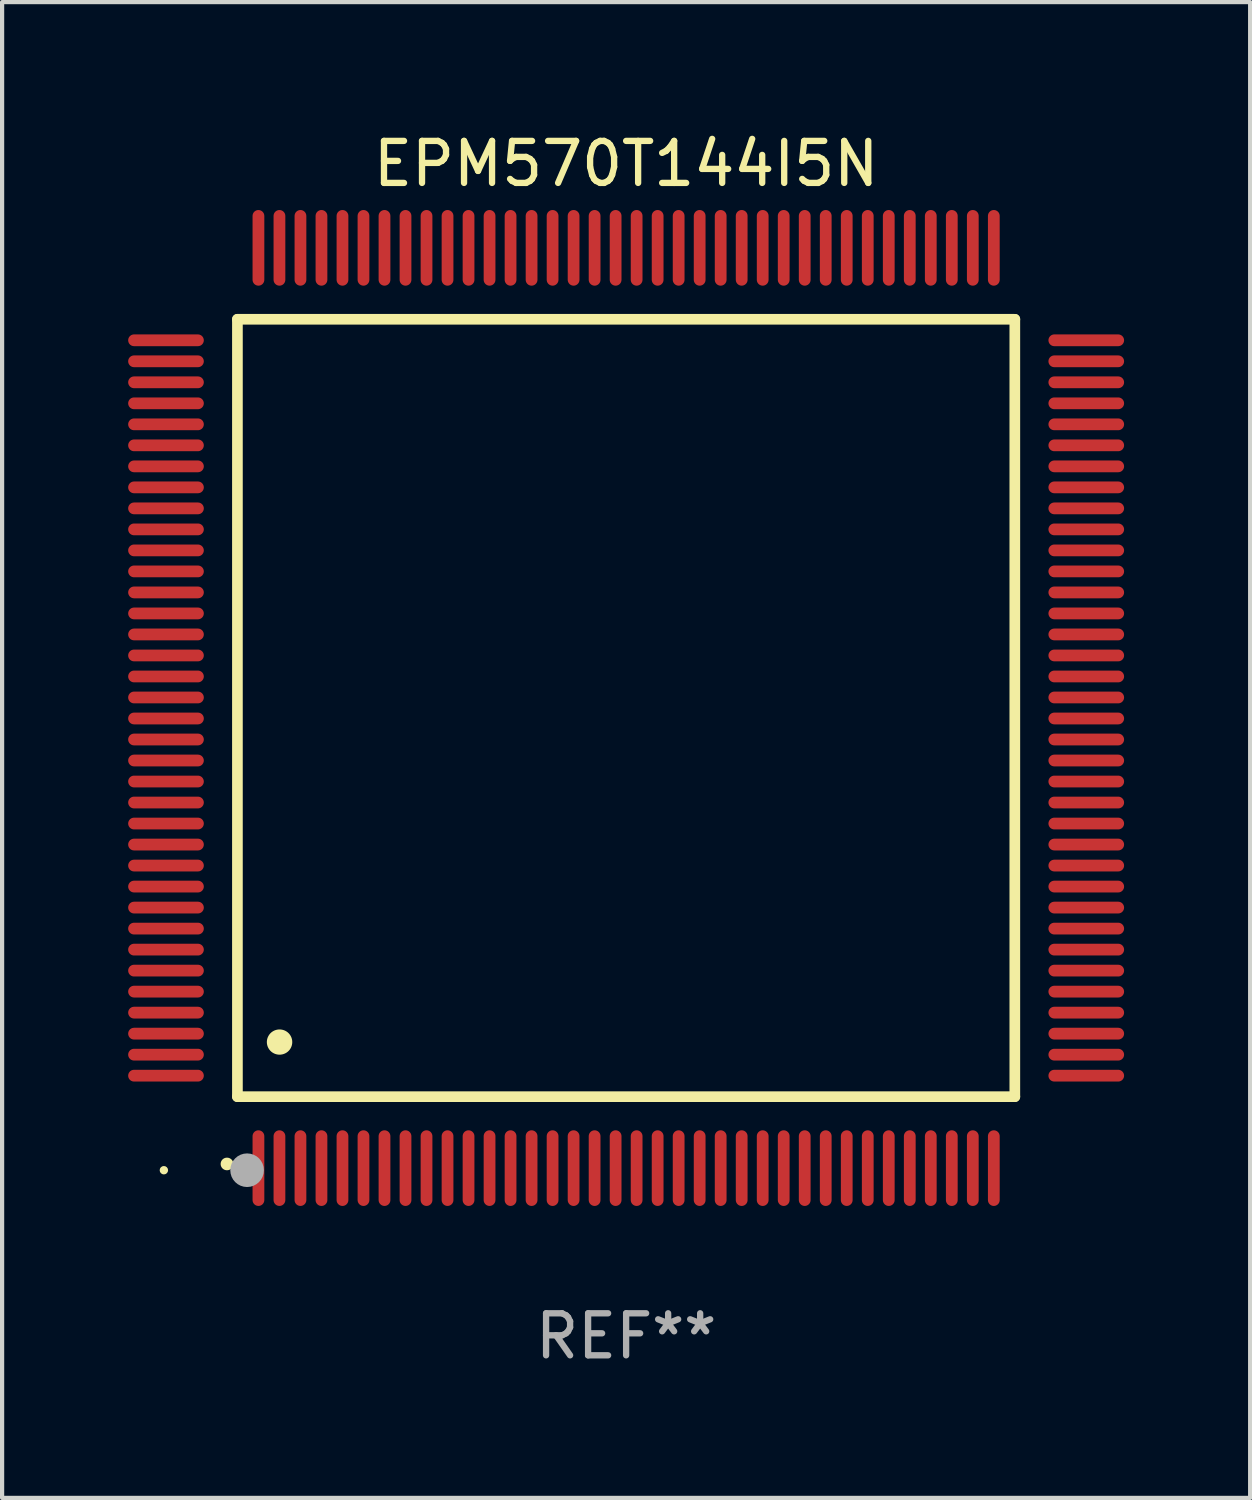
<source format=kicad_pcb>
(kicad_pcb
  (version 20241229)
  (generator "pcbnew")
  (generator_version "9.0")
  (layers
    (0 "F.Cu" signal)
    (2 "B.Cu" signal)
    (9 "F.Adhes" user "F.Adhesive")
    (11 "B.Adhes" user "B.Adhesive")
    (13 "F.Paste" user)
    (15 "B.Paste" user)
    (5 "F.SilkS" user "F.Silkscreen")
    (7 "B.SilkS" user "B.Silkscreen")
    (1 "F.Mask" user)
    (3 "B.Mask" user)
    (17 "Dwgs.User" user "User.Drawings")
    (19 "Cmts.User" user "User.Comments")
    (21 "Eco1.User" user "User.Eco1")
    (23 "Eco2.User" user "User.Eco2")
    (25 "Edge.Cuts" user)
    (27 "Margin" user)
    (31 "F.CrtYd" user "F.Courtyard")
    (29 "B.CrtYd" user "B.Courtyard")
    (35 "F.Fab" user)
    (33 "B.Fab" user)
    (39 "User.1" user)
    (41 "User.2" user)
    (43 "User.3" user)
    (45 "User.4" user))
  (footprint "EPM570T144I5N"
    (layer "F.Cu")
    (at 11.85 13.798)
    (property "Reference" "EPM570T144I5N" (at 0 -12.95 0) (layer "F.SilkS") (effects (font (size 1 1) (thickness 0.15))))
    (attr through_hole)
    (fp_line (start -9.25 -9.25) (end -9.25 9.25) (stroke (width 0.254) (type solid)) (layer "F.SilkS"))
    (fp_line (start -9.25 9.25) (end 9.25 9.25) (stroke (width 0.254) (type solid)) (layer "F.SilkS"))
    (fp_line (start 9.25 -9.25) (end -9.25 -9.25) (stroke (width 0.254) (type solid)) (layer "F.SilkS"))
    (fp_line (start 9.25 9.25) (end 9.25 -9.25) (stroke (width 0.254) (type solid)) (layer "F.SilkS"))
    (fp_arc (start -9.499619 10.850902) (mid -9.498349 10.850897) (end -9.497079 10.850902) (stroke (width 0.3) (type solid)) (layer "F.SilkS"))
    (fp_arc (start -8.249936 7.950216) (mid -8.247396 7.950205) (end -8.244856 7.950216) (stroke (width 0.6) (type solid)) (layer "F.SilkS"))
    (fp_circle (center -11 11) (end -10.95 11) (stroke (width 0.1) (type solid)) (fill no) (layer "F.SilkS"))
    (fp_circle (center -9.02 11) (end -8.82 11) (stroke (width 0.4) (type solid)) (fill no) (layer "F.Fab"))
    (fp_text user "REF**" (at 0 14.95 0) (layer "F.Fab") (effects (font (size 1 1) (thickness 0.15))))
    (pad "1" smd oval (at -8.75 10.95) (size 0.28 1.8) (layers "F.Cu" "F.Mask" "F.Paste"))
    (pad "2" smd oval (at -8.25 10.95) (size 0.28 1.8) (layers "F.Cu" "F.Mask" "F.Paste"))
    (pad "3" smd oval (at -7.75 10.95) (size 0.28 1.8) (layers "F.Cu" "F.Mask" "F.Paste"))
    (pad "4" smd oval (at -7.25 10.95) (size 0.28 1.8) (layers "F.Cu" "F.Mask" "F.Paste"))
    (pad "5" smd oval (at -6.75 10.95) (size 0.28 1.8) (layers "F.Cu" "F.Mask" "F.Paste"))
    (pad "6" smd oval (at -6.25 10.95) (size 0.28 1.8) (layers "F.Cu" "F.Mask" "F.Paste"))
    (pad "7" smd oval (at -5.75 10.95) (size 0.28 1.8) (layers "F.Cu" "F.Mask" "F.Paste"))
    (pad "8" smd oval (at -5.25 10.95) (size 0.28 1.8) (layers "F.Cu" "F.Mask" "F.Paste"))
    (pad "9" smd oval (at -4.75 10.95) (size 0.28 1.8) (layers "F.Cu" "F.Mask" "F.Paste"))
    (pad "10" smd oval (at -4.25 10.95) (size 0.28 1.8) (layers "F.Cu" "F.Mask" "F.Paste"))
    (pad "11" smd oval (at -3.75 10.95) (size 0.28 1.8) (layers "F.Cu" "F.Mask" "F.Paste"))
    (pad "12" smd oval (at -3.25 10.95) (size 0.28 1.8) (layers "F.Cu" "F.Mask" "F.Paste"))
    (pad "13" smd oval (at -2.75 10.95) (size 0.28 1.8) (layers "F.Cu" "F.Mask" "F.Paste"))
    (pad "14" smd oval (at -2.25 10.95) (size 0.28 1.8) (layers "F.Cu" "F.Mask" "F.Paste"))
    (pad "15" smd oval (at -1.75 10.95) (size 0.28 1.8) (layers "F.Cu" "F.Mask" "F.Paste"))
    (pad "16" smd oval (at -1.25 10.95) (size 0.28 1.8) (layers "F.Cu" "F.Mask" "F.Paste"))
    (pad "17" smd oval (at -0.75 10.95) (size 0.28 1.8) (layers "F.Cu" "F.Mask" "F.Paste"))
    (pad "18" smd oval (at -0.25 10.95) (size 0.28 1.8) (layers "F.Cu" "F.Mask" "F.Paste"))
    (pad "19" smd oval (at 0.25 10.95) (size 0.28 1.8) (layers "F.Cu" "F.Mask" "F.Paste"))
    (pad "20" smd oval (at 0.75 10.95) (size 0.28 1.8) (layers "F.Cu" "F.Mask" "F.Paste"))
    (pad "21" smd oval (at 1.25 10.95) (size 0.28 1.8) (layers "F.Cu" "F.Mask" "F.Paste"))
    (pad "22" smd oval (at 1.75 10.95) (size 0.28 1.8) (layers "F.Cu" "F.Mask" "F.Paste"))
    (pad "23" smd oval (at 2.25 10.95) (size 0.28 1.8) (layers "F.Cu" "F.Mask" "F.Paste"))
    (pad "24" smd oval (at 2.75 10.95) (size 0.28 1.8) (layers "F.Cu" "F.Mask" "F.Paste"))
    (pad "25" smd oval (at 3.25 10.95) (size 0.28 1.8) (layers "F.Cu" "F.Mask" "F.Paste"))
    (pad "26" smd oval (at 3.75 10.95) (size 0.28 1.8) (layers "F.Cu" "F.Mask" "F.Paste"))
    (pad "27" smd oval (at 4.25 10.95) (size 0.28 1.8) (layers "F.Cu" "F.Mask" "F.Paste"))
    (pad "28" smd oval (at 4.75 10.95) (size 0.28 1.8) (layers "F.Cu" "F.Mask" "F.Paste"))
    (pad "29" smd oval (at 5.25 10.95) (size 0.28 1.8) (layers "F.Cu" "F.Mask" "F.Paste"))
    (pad "30" smd oval (at 5.75 10.95) (size 0.28 1.8) (layers "F.Cu" "F.Mask" "F.Paste"))
    (pad "31" smd oval (at 6.25 10.95) (size 0.28 1.8) (layers "F.Cu" "F.Mask" "F.Paste"))
    (pad "32" smd oval (at 6.75 10.95) (size 0.28 1.8) (layers "F.Cu" "F.Mask" "F.Paste"))
    (pad "33" smd oval (at 7.25 10.95) (size 0.28 1.8) (layers "F.Cu" "F.Mask" "F.Paste"))
    (pad "34" smd oval (at 7.75 10.95) (size 0.28 1.8) (layers "F.Cu" "F.Mask" "F.Paste"))
    (pad "35" smd oval (at 8.25 10.95) (size 0.28 1.8) (layers "F.Cu" "F.Mask" "F.Paste"))
    (pad "36" smd oval (at 8.75 10.95) (size 0.28 1.8) (layers "F.Cu" "F.Mask" "F.Paste"))
    (pad "37" smd oval (at 10.95 8.75) (size 1.8 0.28) (layers "F.Cu" "F.Mask" "F.Paste"))
    (pad "38" smd oval (at 10.95 8.25) (size 1.8 0.28) (layers "F.Cu" "F.Mask" "F.Paste"))
    (pad "39" smd oval (at 10.95 7.75) (size 1.8 0.28) (layers "F.Cu" "F.Mask" "F.Paste"))
    (pad "40" smd oval (at 10.95 7.25) (size 1.8 0.28) (layers "F.Cu" "F.Mask" "F.Paste"))
    (pad "41" smd oval (at 10.95 6.75) (size 1.8 0.28) (layers "F.Cu" "F.Mask" "F.Paste"))
    (pad "42" smd oval (at 10.95 6.25) (size 1.8 0.28) (layers "F.Cu" "F.Mask" "F.Paste"))
    (pad "43" smd oval (at 10.95 5.75) (size 1.8 0.28) (layers "F.Cu" "F.Mask" "F.Paste"))
    (pad "44" smd oval (at 10.95 5.25) (size 1.8 0.28) (layers "F.Cu" "F.Mask" "F.Paste"))
    (pad "45" smd oval (at 10.95 4.75) (size 1.8 0.28) (layers "F.Cu" "F.Mask" "F.Paste"))
    (pad "46" smd oval (at 10.95 4.25) (size 1.8 0.28) (layers "F.Cu" "F.Mask" "F.Paste"))
    (pad "47" smd oval (at 10.95 3.75) (size 1.8 0.28) (layers "F.Cu" "F.Mask" "F.Paste"))
    (pad "48" smd oval (at 10.95 3.25) (size 1.8 0.28) (layers "F.Cu" "F.Mask" "F.Paste"))
    (pad "49" smd oval (at 10.95 2.75) (size 1.8 0.28) (layers "F.Cu" "F.Mask" "F.Paste"))
    (pad "50" smd oval (at 10.95 2.25) (size 1.8 0.28) (layers "F.Cu" "F.Mask" "F.Paste"))
    (pad "51" smd oval (at 10.95 1.75) (size 1.8 0.28) (layers "F.Cu" "F.Mask" "F.Paste"))
    (pad "52" smd oval (at 10.95 1.25) (size 1.8 0.28) (layers "F.Cu" "F.Mask" "F.Paste"))
    (pad "53" smd oval (at 10.95 0.75) (size 1.8 0.28) (layers "F.Cu" "F.Mask" "F.Paste"))
    (pad "54" smd oval (at 10.95 0.25) (size 1.8 0.28) (layers "F.Cu" "F.Mask" "F.Paste"))
    (pad "55" smd oval (at 10.95 -0.25) (size 1.8 0.28) (layers "F.Cu" "F.Mask" "F.Paste"))
    (pad "56" smd oval (at 10.95 -0.75) (size 1.8 0.28) (layers "F.Cu" "F.Mask" "F.Paste"))
    (pad "57" smd oval (at 10.95 -1.25) (size 1.8 0.28) (layers "F.Cu" "F.Mask" "F.Paste"))
    (pad "58" smd oval (at 10.95 -1.75) (size 1.8 0.28) (layers "F.Cu" "F.Mask" "F.Paste"))
    (pad "59" smd oval (at 10.95 -2.25) (size 1.8 0.28) (layers "F.Cu" "F.Mask" "F.Paste"))
    (pad "60" smd oval (at 10.95 -2.75) (size 1.8 0.28) (layers "F.Cu" "F.Mask" "F.Paste"))
    (pad "61" smd oval (at 10.95 -3.25) (size 1.8 0.28) (layers "F.Cu" "F.Mask" "F.Paste"))
    (pad "62" smd oval (at 10.95 -3.75) (size 1.8 0.28) (layers "F.Cu" "F.Mask" "F.Paste"))
    (pad "63" smd oval (at 10.95 -4.25) (size 1.8 0.28) (layers "F.Cu" "F.Mask" "F.Paste"))
    (pad "64" smd oval (at 10.95 -4.75) (size 1.8 0.28) (layers "F.Cu" "F.Mask" "F.Paste"))
    (pad "65" smd oval (at 10.95 -5.25) (size 1.8 0.28) (layers "F.Cu" "F.Mask" "F.Paste"))
    (pad "66" smd oval (at 10.95 -5.75) (size 1.8 0.28) (layers "F.Cu" "F.Mask" "F.Paste"))
    (pad "67" smd oval (at 10.95 -6.25) (size 1.8 0.28) (layers "F.Cu" "F.Mask" "F.Paste"))
    (pad "68" smd oval (at 10.95 -6.75) (size 1.8 0.28) (layers "F.Cu" "F.Mask" "F.Paste"))
    (pad "69" smd oval (at 10.95 -7.25) (size 1.8 0.28) (layers "F.Cu" "F.Mask" "F.Paste"))
    (pad "70" smd oval (at 10.95 -7.75) (size 1.8 0.28) (layers "F.Cu" "F.Mask" "F.Paste"))
    (pad "71" smd oval (at 10.95 -8.25) (size 1.8 0.28) (layers "F.Cu" "F.Mask" "F.Paste"))
    (pad "72" smd oval (at 10.95 -8.75) (size 1.8 0.28) (layers "F.Cu" "F.Mask" "F.Paste"))
    (pad "73" smd oval (at 8.75 -10.95) (size 0.28 1.8) (layers "F.Cu" "F.Mask" "F.Paste"))
    (pad "74" smd oval (at 8.25 -10.95) (size 0.28 1.8) (layers "F.Cu" "F.Mask" "F.Paste"))
    (pad "75" smd oval (at 7.75 -10.95) (size 0.28 1.8) (layers "F.Cu" "F.Mask" "F.Paste"))
    (pad "76" smd oval (at 7.25 -10.95) (size 0.28 1.8) (layers "F.Cu" "F.Mask" "F.Paste"))
    (pad "77" smd oval (at 6.75 -10.95) (size 0.28 1.8) (layers "F.Cu" "F.Mask" "F.Paste"))
    (pad "78" smd oval (at 6.25 -10.95) (size 0.28 1.8) (layers "F.Cu" "F.Mask" "F.Paste"))
    (pad "79" smd oval (at 5.75 -10.95) (size 0.28 1.8) (layers "F.Cu" "F.Mask" "F.Paste"))
    (pad "80" smd oval (at 5.25 -10.95) (size 0.28 1.8) (layers "F.Cu" "F.Mask" "F.Paste"))
    (pad "81" smd oval (at 4.75 -10.95) (size 0.28 1.8) (layers "F.Cu" "F.Mask" "F.Paste"))
    (pad "82" smd oval (at 4.25 -10.95) (size 0.28 1.8) (layers "F.Cu" "F.Mask" "F.Paste"))
    (pad "83" smd oval (at 3.75 -10.95) (size 0.28 1.8) (layers "F.Cu" "F.Mask" "F.Paste"))
    (pad "84" smd oval (at 3.25 -10.95) (size 0.28 1.8) (layers "F.Cu" "F.Mask" "F.Paste"))
    (pad "85" smd oval (at 2.75 -10.95) (size 0.28 1.8) (layers "F.Cu" "F.Mask" "F.Paste"))
    (pad "86" smd oval (at 2.25 -10.95) (size 0.28 1.8) (layers "F.Cu" "F.Mask" "F.Paste"))
    (pad "87" smd oval (at 1.75 -10.95) (size 0.28 1.8) (layers "F.Cu" "F.Mask" "F.Paste"))
    (pad "88" smd oval (at 1.25 -10.95) (size 0.28 1.8) (layers "F.Cu" "F.Mask" "F.Paste"))
    (pad "89" smd oval (at 0.75 -10.95) (size 0.28 1.8) (layers "F.Cu" "F.Mask" "F.Paste"))
    (pad "90" smd oval (at 0.25 -10.95) (size 0.28 1.8) (layers "F.Cu" "F.Mask" "F.Paste"))
    (pad "91" smd oval (at -0.25 -10.95) (size 0.28 1.8) (layers "F.Cu" "F.Mask" "F.Paste"))
    (pad "92" smd oval (at -0.75 -10.95) (size 0.28 1.8) (layers "F.Cu" "F.Mask" "F.Paste"))
    (pad "93" smd oval (at -1.25 -10.95) (size 0.28 1.8) (layers "F.Cu" "F.Mask" "F.Paste"))
    (pad "94" smd oval (at -1.75 -10.95) (size 0.28 1.8) (layers "F.Cu" "F.Mask" "F.Paste"))
    (pad "95" smd oval (at -2.25 -10.95) (size 0.28 1.8) (layers "F.Cu" "F.Mask" "F.Paste"))
    (pad "96" smd oval (at -2.75 -10.95) (size 0.28 1.8) (layers "F.Cu" "F.Mask" "F.Paste"))
    (pad "97" smd oval (at -3.25 -10.95) (size 0.28 1.8) (layers "F.Cu" "F.Mask" "F.Paste"))
    (pad "98" smd oval (at -3.75 -10.95) (size 0.28 1.8) (layers "F.Cu" "F.Mask" "F.Paste"))
    (pad "99" smd oval (at -4.25 -10.95) (size 0.28 1.8) (layers "F.Cu" "F.Mask" "F.Paste"))
    (pad "100" smd oval (at -4.75 -10.95) (size 0.28 1.8) (layers "F.Cu" "F.Mask" "F.Paste"))
    (pad "101" smd oval (at -5.25 -10.95) (size 0.28 1.8) (layers "F.Cu" "F.Mask" "F.Paste"))
    (pad "102" smd oval (at -5.75 -10.95) (size 0.28 1.8) (layers "F.Cu" "F.Mask" "F.Paste"))
    (pad "103" smd oval (at -6.25 -10.95) (size 0.28 1.8) (layers "F.Cu" "F.Mask" "F.Paste"))
    (pad "104" smd oval (at -6.75 -10.95) (size 0.28 1.8) (layers "F.Cu" "F.Mask" "F.Paste"))
    (pad "105" smd oval (at -7.25 -10.95) (size 0.28 1.8) (layers "F.Cu" "F.Mask" "F.Paste"))
    (pad "106" smd oval (at -7.75 -10.95) (size 0.28 1.8) (layers "F.Cu" "F.Mask" "F.Paste"))
    (pad "107" smd oval (at -8.25 -10.95) (size 0.28 1.8) (layers "F.Cu" "F.Mask" "F.Paste"))
    (pad "108" smd oval (at -8.75 -10.95) (size 0.28 1.8) (layers "F.Cu" "F.Mask" "F.Paste"))
    (pad "109" smd oval (at -10.95 -8.75) (size 1.8 0.28) (layers "F.Cu" "F.Mask" "F.Paste"))
    (pad "110" smd oval (at -10.95 -8.25) (size 1.8 0.28) (layers "F.Cu" "F.Mask" "F.Paste"))
    (pad "111" smd oval (at -10.95 -7.75) (size 1.8 0.28) (layers "F.Cu" "F.Mask" "F.Paste"))
    (pad "112" smd oval (at -10.95 -7.25) (size 1.8 0.28) (layers "F.Cu" "F.Mask" "F.Paste"))
    (pad "113" smd oval (at -10.95 -6.75) (size 1.8 0.28) (layers "F.Cu" "F.Mask" "F.Paste"))
    (pad "114" smd oval (at -10.95 -6.25) (size 1.8 0.28) (layers "F.Cu" "F.Mask" "F.Paste"))
    (pad "115" smd oval (at -10.95 -5.75) (size 1.8 0.28) (layers "F.Cu" "F.Mask" "F.Paste"))
    (pad "116" smd oval (at -10.95 -5.25) (size 1.8 0.28) (layers "F.Cu" "F.Mask" "F.Paste"))
    (pad "117" smd oval (at -10.95 -4.75) (size 1.8 0.28) (layers "F.Cu" "F.Mask" "F.Paste"))
    (pad "118" smd oval (at -10.95 -4.25) (size 1.8 0.28) (layers "F.Cu" "F.Mask" "F.Paste"))
    (pad "119" smd oval (at -10.95 -3.75) (size 1.8 0.28) (layers "F.Cu" "F.Mask" "F.Paste"))
    (pad "120" smd oval (at -10.95 -3.25) (size 1.8 0.28) (layers "F.Cu" "F.Mask" "F.Paste"))
    (pad "121" smd oval (at -10.95 -2.75) (size 1.8 0.28) (layers "F.Cu" "F.Mask" "F.Paste"))
    (pad "122" smd oval (at -10.95 -2.25) (size 1.8 0.28) (layers "F.Cu" "F.Mask" "F.Paste"))
    (pad "123" smd oval (at -10.95 -1.75) (size 1.8 0.28) (layers "F.Cu" "F.Mask" "F.Paste"))
    (pad "124" smd oval (at -10.95 -1.25) (size 1.8 0.28) (layers "F.Cu" "F.Mask" "F.Paste"))
    (pad "125" smd oval (at -10.95 -0.75) (size 1.8 0.28) (layers "F.Cu" "F.Mask" "F.Paste"))
    (pad "126" smd oval (at -10.95 -0.25) (size 1.8 0.28) (layers "F.Cu" "F.Mask" "F.Paste"))
    (pad "127" smd oval (at -10.95 0.25) (size 1.8 0.28) (layers "F.Cu" "F.Mask" "F.Paste"))
    (pad "128" smd oval (at -10.95 0.75) (size 1.8 0.28) (layers "F.Cu" "F.Mask" "F.Paste"))
    (pad "129" smd oval (at -10.95 1.25) (size 1.8 0.28) (layers "F.Cu" "F.Mask" "F.Paste"))
    (pad "130" smd oval (at -10.95 1.75) (size 1.8 0.28) (layers "F.Cu" "F.Mask" "F.Paste"))
    (pad "131" smd oval (at -10.95 2.25) (size 1.8 0.28) (layers "F.Cu" "F.Mask" "F.Paste"))
    (pad "132" smd oval (at -10.95 2.75) (size 1.8 0.28) (layers "F.Cu" "F.Mask" "F.Paste"))
    (pad "133" smd oval (at -10.95 3.25) (size 1.8 0.28) (layers "F.Cu" "F.Mask" "F.Paste"))
    (pad "134" smd oval (at -10.95 3.75) (size 1.8 0.28) (layers "F.Cu" "F.Mask" "F.Paste"))
    (pad "135" smd oval (at -10.95 4.25) (size 1.8 0.28) (layers "F.Cu" "F.Mask" "F.Paste"))
    (pad "136" smd oval (at -10.95 4.75) (size 1.8 0.28) (layers "F.Cu" "F.Mask" "F.Paste"))
    (pad "137" smd oval (at -10.95 5.25) (size 1.8 0.28) (layers "F.Cu" "F.Mask" "F.Paste"))
    (pad "138" smd oval (at -10.95 5.75) (size 1.8 0.28) (layers "F.Cu" "F.Mask" "F.Paste"))
    (pad "139" smd oval (at -10.95 6.25) (size 1.8 0.28) (layers "F.Cu" "F.Mask" "F.Paste"))
    (pad "140" smd oval (at -10.95 6.75) (size 1.8 0.28) (layers "F.Cu" "F.Mask" "F.Paste"))
    (pad "141" smd oval (at -10.95 7.25) (size 1.8 0.28) (layers "F.Cu" "F.Mask" "F.Paste"))
    (pad "142" smd oval (at -10.95 7.75) (size 1.8 0.28) (layers "F.Cu" "F.Mask" "F.Paste"))
    (pad "143" smd oval (at -10.95 8.25) (size 1.8 0.28) (layers "F.Cu" "F.Mask" "F.Paste"))
    (pad "144" smd oval (at -10.95 8.75) (size 1.8 0.28) (layers "F.Cu" "F.Mask" "F.Paste")))
  (gr_rect
    (start -3 -3)
    (end 26.7 32.596)
    (stroke (width 0.1) (type default))
    (fill no)
    (layer "Edge.Cuts")))
</source>
